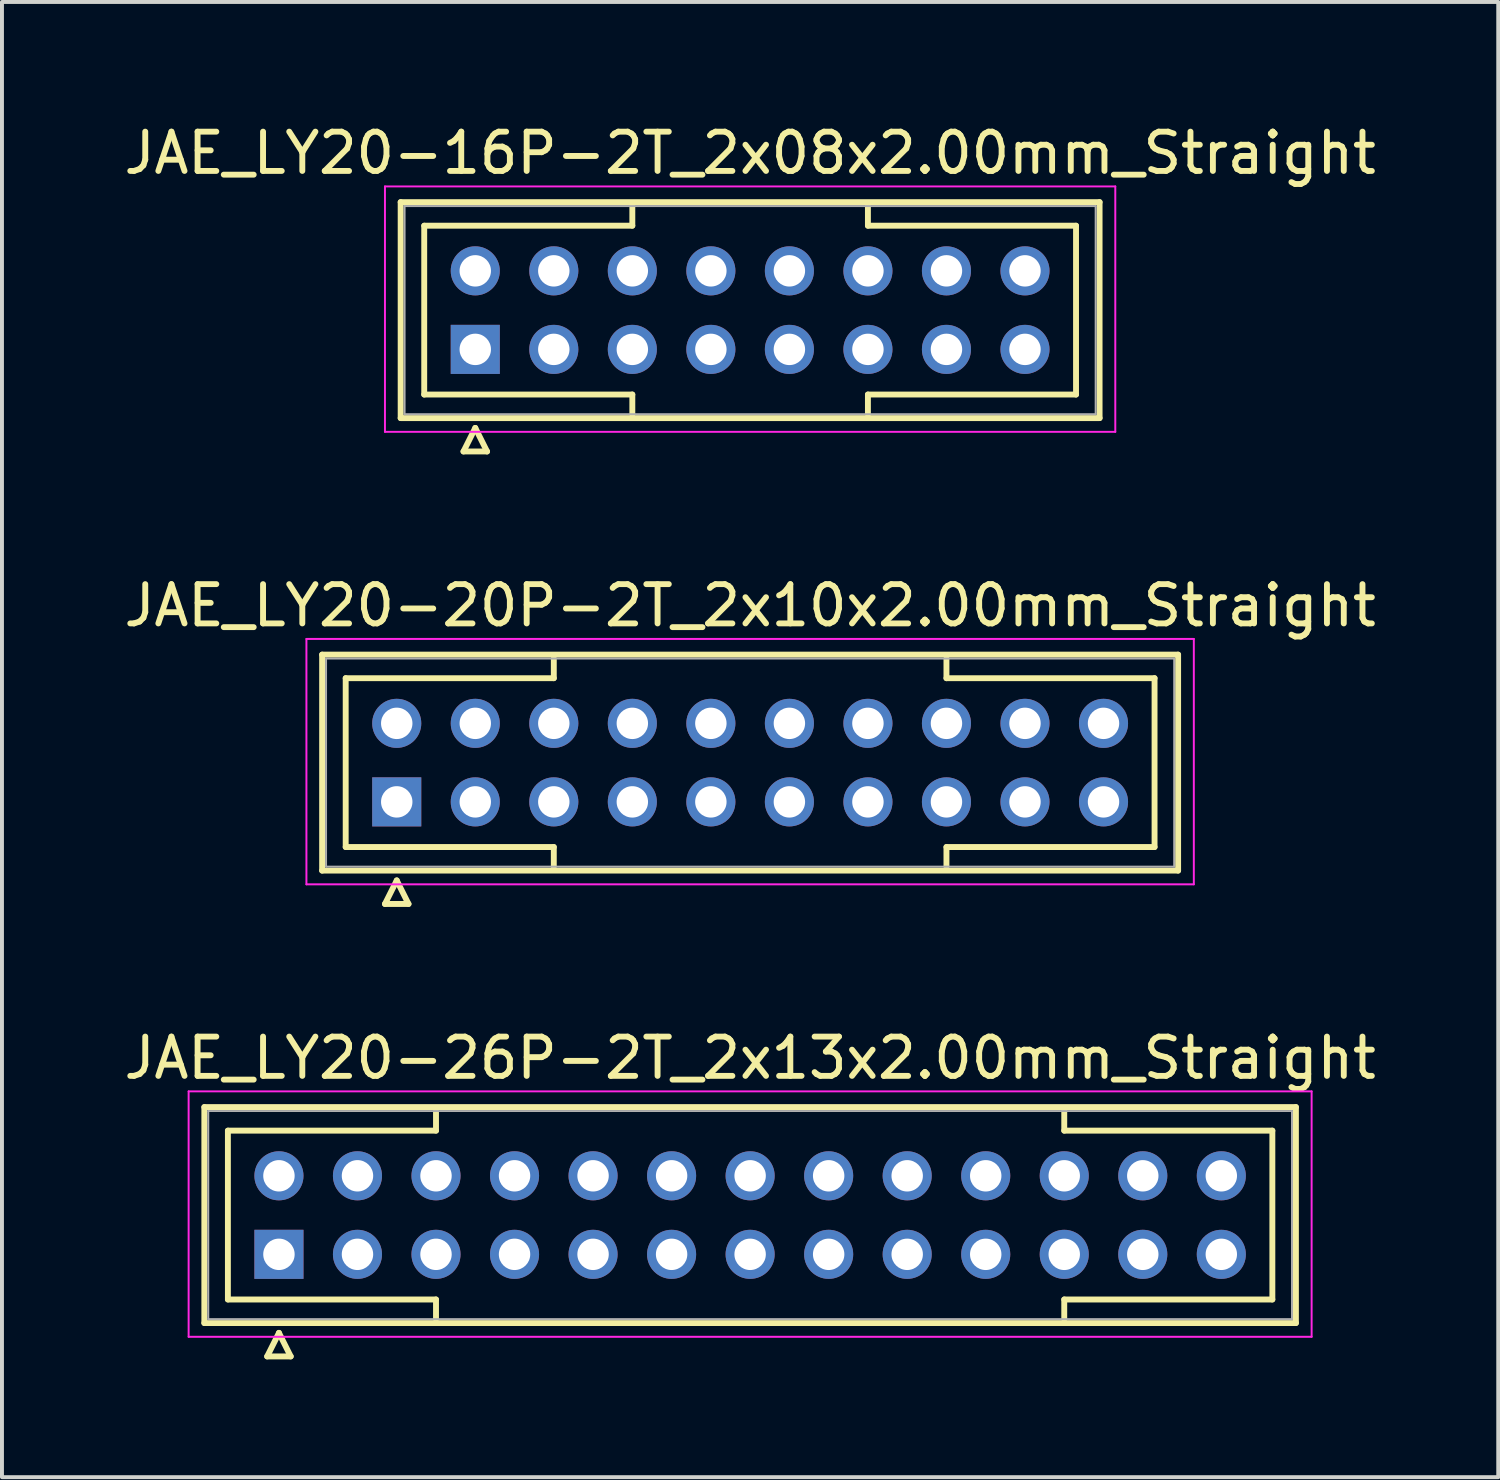
<source format=kicad_pcb>
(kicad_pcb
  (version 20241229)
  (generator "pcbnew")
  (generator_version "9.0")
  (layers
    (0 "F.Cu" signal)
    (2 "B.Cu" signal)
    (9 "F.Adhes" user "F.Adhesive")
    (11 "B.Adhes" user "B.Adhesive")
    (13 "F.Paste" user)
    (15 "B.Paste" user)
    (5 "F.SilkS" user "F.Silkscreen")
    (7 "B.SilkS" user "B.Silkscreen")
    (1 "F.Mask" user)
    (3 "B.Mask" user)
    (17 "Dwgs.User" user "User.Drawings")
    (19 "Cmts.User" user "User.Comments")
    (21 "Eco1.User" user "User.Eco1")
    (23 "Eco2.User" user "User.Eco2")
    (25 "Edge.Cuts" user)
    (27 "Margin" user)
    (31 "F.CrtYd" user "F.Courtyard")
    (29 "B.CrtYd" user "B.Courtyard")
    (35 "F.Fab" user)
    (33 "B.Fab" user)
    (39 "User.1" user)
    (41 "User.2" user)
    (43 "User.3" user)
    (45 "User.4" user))
  (footprint "JAE_LY20-20P-2T_2x10x2.00mm_Straight"
    (layer "F.Cu")
    (at 7.054 17.372)
    (property "Reference" "JAE_LY20-20P-2T_2x10x2.00mm_Straight" (at 9 -5 0) (layer "F.SilkS") (effects (font (size 1 1) (thickness 0.15))))
    (attr through_hole)
    (fp_line (start -1.9 -3.75) (end -1.9 1.75) (stroke (width 0.15) (type solid)) (layer "F.SilkS"))
    (fp_line (start -1.9 1.75) (end 19.9 1.75) (stroke (width 0.15) (type solid)) (layer "F.SilkS"))
    (fp_line (start -1.3 -3.15) (end 4 -3.15) (stroke (width 0.15) (type solid)) (layer "F.SilkS"))
    (fp_line (start -1.3 1.15) (end -1.3 -3.15) (stroke (width 0.15) (type solid)) (layer "F.SilkS"))
    (fp_line (start -0.3 2.6) (end 0.3 2.6) (stroke (width 0.15) (type solid)) (layer "F.SilkS"))
    (fp_line (start 0 2) (end -0.3 2.6) (stroke (width 0.15) (type solid)) (layer "F.SilkS"))
    (fp_line (start 0.3 2.6) (end 0 2) (stroke (width 0.15) (type solid)) (layer "F.SilkS"))
    (fp_line (start 4 -3.15) (end 4 -3.65) (stroke (width 0.15) (type solid)) (layer "F.SilkS"))
    (fp_line (start 4 1.15) (end -1.3 1.15) (stroke (width 0.15) (type solid)) (layer "F.SilkS"))
    (fp_line (start 4 1.65) (end 4 1.15) (stroke (width 0.15) (type solid)) (layer "F.SilkS"))
    (fp_line (start 14 -3.15) (end 14 -3.65) (stroke (width 0.15) (type solid)) (layer "F.SilkS"))
    (fp_line (start 14 1.15) (end 19.3 1.15) (stroke (width 0.15) (type solid)) (layer "F.SilkS"))
    (fp_line (start 14 1.65) (end 14 1.15) (stroke (width 0.15) (type solid)) (layer "F.SilkS"))
    (fp_line (start 19.3 -3.15) (end 14 -3.15) (stroke (width 0.15) (type solid)) (layer "F.SilkS"))
    (fp_line (start 19.3 1.15) (end 19.3 -3.15) (stroke (width 0.15) (type solid)) (layer "F.SilkS"))
    (fp_line (start 19.9 -3.75) (end -1.9 -3.75) (stroke (width 0.15) (type solid)) (layer "F.SilkS"))
    (fp_line (start 19.9 1.75) (end 19.9 -3.75) (stroke (width 0.15) (type solid)) (layer "F.SilkS"))
    (fp_line (start -2.3 -4.15) (end -2.3 2.1) (stroke (width 0.05) (type solid)) (layer "F.CrtYd"))
    (fp_line (start -2.3 2.1) (end 20.3 2.1) (stroke (width 0.05) (type solid)) (layer "F.CrtYd"))
    (fp_line (start 20.3 -4.15) (end -2.3 -4.15) (stroke (width 0.05) (type solid)) (layer "F.CrtYd"))
    (fp_line (start 20.3 2.1) (end 20.3 -4.15) (stroke (width 0.05) (type solid)) (layer "F.CrtYd"))
    (fp_line (start -1.8 -3.65) (end -1.8 1.65) (stroke (width 0.05) (type solid)) (layer "F.Fab"))
    (fp_line (start -1.8 1.65) (end 19.8 1.65) (stroke (width 0.05) (type solid)) (layer "F.Fab"))
    (fp_line (start 19.8 -3.65) (end -1.8 -3.65) (stroke (width 0.05) (type solid)) (layer "F.Fab"))
    (fp_line (start 19.8 1.65) (end 19.8 -3.65) (stroke (width 0.05) (type solid)) (layer "F.Fab"))
    (pad "1" thru_hole rect (at 0 0) (size 1.25 1.25) (drill 0.8) (layers "*.Cu" "*.Mask"))
    (pad "2" thru_hole circle (at 2 0) (size 1.25 1.25) (drill 0.8) (layers "*.Cu" "*.Mask"))
    (pad "3" thru_hole circle (at 4 0) (size 1.25 1.25) (drill 0.8) (layers "*.Cu" "*.Mask"))
    (pad "4" thru_hole circle (at 6 0) (size 1.25 1.25) (drill 0.8) (layers "*.Cu" "*.Mask"))
    (pad "5" thru_hole circle (at 8 0) (size 1.25 1.25) (drill 0.8) (layers "*.Cu" "*.Mask"))
    (pad "6" thru_hole circle (at 10 0) (size 1.25 1.25) (drill 0.8) (layers "*.Cu" "*.Mask"))
    (pad "7" thru_hole circle (at 12 0) (size 1.25 1.25) (drill 0.8) (layers "*.Cu" "*.Mask"))
    (pad "8" thru_hole circle (at 14 0) (size 1.25 1.25) (drill 0.8) (layers "*.Cu" "*.Mask"))
    (pad "9" thru_hole circle (at 16 0) (size 1.25 1.25) (drill 0.8) (layers "*.Cu" "*.Mask"))
    (pad "10" thru_hole circle (at 18 0) (size 1.25 1.25) (drill 0.8) (layers "*.Cu" "*.Mask"))
    (pad "11" thru_hole circle (at 0 -2) (size 1.25 1.25) (drill 0.8) (layers "*.Cu" "*.Mask"))
    (pad "12" thru_hole circle (at 2 -2) (size 1.25 1.25) (drill 0.8) (layers "*.Cu" "*.Mask"))
    (pad "13" thru_hole circle (at 4 -2) (size 1.25 1.25) (drill 0.8) (layers "*.Cu" "*.Mask"))
    (pad "14" thru_hole circle (at 6 -2) (size 1.25 1.25) (drill 0.8) (layers "*.Cu" "*.Mask"))
    (pad "15" thru_hole circle (at 8 -2) (size 1.25 1.25) (drill 0.8) (layers "*.Cu" "*.Mask"))
    (pad "16" thru_hole circle (at 10 -2) (size 1.25 1.25) (drill 0.8) (layers "*.Cu" "*.Mask"))
    (pad "17" thru_hole circle (at 12 -2) (size 1.25 1.25) (drill 0.8) (layers "*.Cu" "*.Mask"))
    (pad "18" thru_hole circle (at 14 -2) (size 1.25 1.25) (drill 0.8) (layers "*.Cu" "*.Mask"))
    (pad "19" thru_hole circle (at 16 -2) (size 1.25 1.25) (drill 0.8) (layers "*.Cu" "*.Mask"))
    (pad "20" thru_hole circle (at 18 -2) (size 1.25 1.25) (drill 0.8) (layers "*.Cu" "*.Mask")))
  (footprint "JAE_LY20-16P-2T_2x08x2.00mm_Straight"
    (layer "F.Cu")
    (at 9.054 5.848)
    (property "Reference" "JAE_LY20-16P-2T_2x08x2.00mm_Straight" (at 7 -5 0) (layer "F.SilkS") (effects (font (size 1 1) (thickness 0.15))))
    (attr through_hole)
    (fp_line (start -1.9 -3.75) (end -1.9 1.75) (stroke (width 0.15) (type solid)) (layer "F.SilkS"))
    (fp_line (start -1.9 1.75) (end 15.9 1.75) (stroke (width 0.15) (type solid)) (layer "F.SilkS"))
    (fp_line (start -1.3 -3.15) (end 4 -3.15) (stroke (width 0.15) (type solid)) (layer "F.SilkS"))
    (fp_line (start -1.3 1.15) (end -1.3 -3.15) (stroke (width 0.15) (type solid)) (layer "F.SilkS"))
    (fp_line (start -0.3 2.6) (end 0.3 2.6) (stroke (width 0.15) (type solid)) (layer "F.SilkS"))
    (fp_line (start 0 2) (end -0.3 2.6) (stroke (width 0.15) (type solid)) (layer "F.SilkS"))
    (fp_line (start 0.3 2.6) (end 0 2) (stroke (width 0.15) (type solid)) (layer "F.SilkS"))
    (fp_line (start 4 -3.15) (end 4 -3.65) (stroke (width 0.15) (type solid)) (layer "F.SilkS"))
    (fp_line (start 4 1.15) (end -1.3 1.15) (stroke (width 0.15) (type solid)) (layer "F.SilkS"))
    (fp_line (start 4 1.65) (end 4 1.15) (stroke (width 0.15) (type solid)) (layer "F.SilkS"))
    (fp_line (start 10 -3.15) (end 10 -3.65) (stroke (width 0.15) (type solid)) (layer "F.SilkS"))
    (fp_line (start 10 1.15) (end 15.3 1.15) (stroke (width 0.15) (type solid)) (layer "F.SilkS"))
    (fp_line (start 10 1.65) (end 10 1.15) (stroke (width 0.15) (type solid)) (layer "F.SilkS"))
    (fp_line (start 15.3 -3.15) (end 10 -3.15) (stroke (width 0.15) (type solid)) (layer "F.SilkS"))
    (fp_line (start 15.3 1.15) (end 15.3 -3.15) (stroke (width 0.15) (type solid)) (layer "F.SilkS"))
    (fp_line (start 15.9 -3.75) (end -1.9 -3.75) (stroke (width 0.15) (type solid)) (layer "F.SilkS"))
    (fp_line (start 15.9 1.75) (end 15.9 -3.75) (stroke (width 0.15) (type solid)) (layer "F.SilkS"))
    (fp_line (start -2.3 -4.15) (end -2.3 2.1) (stroke (width 0.05) (type solid)) (layer "F.CrtYd"))
    (fp_line (start -2.3 2.1) (end 16.3 2.1) (stroke (width 0.05) (type solid)) (layer "F.CrtYd"))
    (fp_line (start 16.3 -4.15) (end -2.3 -4.15) (stroke (width 0.05) (type solid)) (layer "F.CrtYd"))
    (fp_line (start 16.3 2.1) (end 16.3 -4.15) (stroke (width 0.05) (type solid)) (layer "F.CrtYd"))
    (fp_line (start -1.8 -3.65) (end -1.8 1.65) (stroke (width 0.05) (type solid)) (layer "F.Fab"))
    (fp_line (start -1.8 1.65) (end 15.8 1.65) (stroke (width 0.05) (type solid)) (layer "F.Fab"))
    (fp_line (start 15.8 -3.65) (end -1.8 -3.65) (stroke (width 0.05) (type solid)) (layer "F.Fab"))
    (fp_line (start 15.8 1.65) (end 15.8 -3.65) (stroke (width 0.05) (type solid)) (layer "F.Fab"))
    (pad "1" thru_hole rect (at 0 0) (size 1.25 1.25) (drill 0.8) (layers "*.Cu" "*.Mask"))
    (pad "2" thru_hole circle (at 2 0) (size 1.25 1.25) (drill 0.8) (layers "*.Cu" "*.Mask"))
    (pad "3" thru_hole circle (at 4 0) (size 1.25 1.25) (drill 0.8) (layers "*.Cu" "*.Mask"))
    (pad "4" thru_hole circle (at 6 0) (size 1.25 1.25) (drill 0.8) (layers "*.Cu" "*.Mask"))
    (pad "5" thru_hole circle (at 8 0) (size 1.25 1.25) (drill 0.8) (layers "*.Cu" "*.Mask"))
    (pad "6" thru_hole circle (at 10 0) (size 1.25 1.25) (drill 0.8) (layers "*.Cu" "*.Mask"))
    (pad "7" thru_hole circle (at 12 0) (size 1.25 1.25) (drill 0.8) (layers "*.Cu" "*.Mask"))
    (pad "8" thru_hole circle (at 14 0) (size 1.25 1.25) (drill 0.8) (layers "*.Cu" "*.Mask"))
    (pad "9" thru_hole circle (at 0 -2) (size 1.25 1.25) (drill 0.8) (layers "*.Cu" "*.Mask"))
    (pad "10" thru_hole circle (at 2 -2) (size 1.25 1.25) (drill 0.8) (layers "*.Cu" "*.Mask"))
    (pad "11" thru_hole circle (at 4 -2) (size 1.25 1.25) (drill 0.8) (layers "*.Cu" "*.Mask"))
    (pad "12" thru_hole circle (at 6 -2) (size 1.25 1.25) (drill 0.8) (layers "*.Cu" "*.Mask"))
    (pad "13" thru_hole circle (at 8 -2) (size 1.25 1.25) (drill 0.8) (layers "*.Cu" "*.Mask"))
    (pad "14" thru_hole circle (at 10 -2) (size 1.25 1.25) (drill 0.8) (layers "*.Cu" "*.Mask"))
    (pad "15" thru_hole circle (at 12 -2) (size 1.25 1.25) (drill 0.8) (layers "*.Cu" "*.Mask"))
    (pad "16" thru_hole circle (at 14 -2) (size 1.25 1.25) (drill 0.8) (layers "*.Cu" "*.Mask")))
  (footprint "JAE_LY20-26P-2T_2x13x2.00mm_Straight"
    (layer "F.Cu")
    (at 4.054 28.895)
    (property "Reference" "JAE_LY20-26P-2T_2x13x2.00mm_Straight" (at 12 -5 0) (layer "F.SilkS") (effects (font (size 1 1) (thickness 0.15))))
    (attr through_hole)
    (fp_line (start -1.9 -3.75) (end -1.9 1.75) (stroke (width 0.15) (type solid)) (layer "F.SilkS"))
    (fp_line (start -1.9 1.75) (end 25.9 1.75) (stroke (width 0.15) (type solid)) (layer "F.SilkS"))
    (fp_line (start -1.3 -3.15) (end 4 -3.15) (stroke (width 0.15) (type solid)) (layer "F.SilkS"))
    (fp_line (start -1.3 1.15) (end -1.3 -3.15) (stroke (width 0.15) (type solid)) (layer "F.SilkS"))
    (fp_line (start -0.3 2.6) (end 0.3 2.6) (stroke (width 0.15) (type solid)) (layer "F.SilkS"))
    (fp_line (start 0 2) (end -0.3 2.6) (stroke (width 0.15) (type solid)) (layer "F.SilkS"))
    (fp_line (start 0.3 2.6) (end 0 2) (stroke (width 0.15) (type solid)) (layer "F.SilkS"))
    (fp_line (start 4 -3.15) (end 4 -3.65) (stroke (width 0.15) (type solid)) (layer "F.SilkS"))
    (fp_line (start 4 1.15) (end -1.3 1.15) (stroke (width 0.15) (type solid)) (layer "F.SilkS"))
    (fp_line (start 4 1.65) (end 4 1.15) (stroke (width 0.15) (type solid)) (layer "F.SilkS"))
    (fp_line (start 20 -3.15) (end 20 -3.65) (stroke (width 0.15) (type solid)) (layer "F.SilkS"))
    (fp_line (start 20 1.15) (end 25.3 1.15) (stroke (width 0.15) (type solid)) (layer "F.SilkS"))
    (fp_line (start 20 1.65) (end 20 1.15) (stroke (width 0.15) (type solid)) (layer "F.SilkS"))
    (fp_line (start 25.3 -3.15) (end 20 -3.15) (stroke (width 0.15) (type solid)) (layer "F.SilkS"))
    (fp_line (start 25.3 1.15) (end 25.3 -3.15) (stroke (width 0.15) (type solid)) (layer "F.SilkS"))
    (fp_line (start 25.9 -3.75) (end -1.9 -3.75) (stroke (width 0.15) (type solid)) (layer "F.SilkS"))
    (fp_line (start 25.9 1.75) (end 25.9 -3.75) (stroke (width 0.15) (type solid)) (layer "F.SilkS"))
    (fp_line (start -2.3 -4.15) (end -2.3 2.1) (stroke (width 0.05) (type solid)) (layer "F.CrtYd"))
    (fp_line (start -2.3 2.1) (end 26.3 2.1) (stroke (width 0.05) (type solid)) (layer "F.CrtYd"))
    (fp_line (start 26.3 -4.15) (end -2.3 -4.15) (stroke (width 0.05) (type solid)) (layer "F.CrtYd"))
    (fp_line (start 26.3 2.1) (end 26.3 -4.15) (stroke (width 0.05) (type solid)) (layer "F.CrtYd"))
    (fp_line (start -1.8 -3.65) (end -1.8 1.65) (stroke (width 0.05) (type solid)) (layer "F.Fab"))
    (fp_line (start -1.8 1.65) (end 25.8 1.65) (stroke (width 0.05) (type solid)) (layer "F.Fab"))
    (fp_line (start 25.8 -3.65) (end -1.8 -3.65) (stroke (width 0.05) (type solid)) (layer "F.Fab"))
    (fp_line (start 25.8 1.65) (end 25.8 -3.65) (stroke (width 0.05) (type solid)) (layer "F.Fab"))
    (pad "1" thru_hole rect (at 0 0) (size 1.25 1.25) (drill 0.8) (layers "*.Cu" "*.Mask"))
    (pad "2" thru_hole circle (at 2 0) (size 1.25 1.25) (drill 0.8) (layers "*.Cu" "*.Mask"))
    (pad "3" thru_hole circle (at 4 0) (size 1.25 1.25) (drill 0.8) (layers "*.Cu" "*.Mask"))
    (pad "4" thru_hole circle (at 6 0) (size 1.25 1.25) (drill 0.8) (layers "*.Cu" "*.Mask"))
    (pad "5" thru_hole circle (at 8 0) (size 1.25 1.25) (drill 0.8) (layers "*.Cu" "*.Mask"))
    (pad "6" thru_hole circle (at 10 0) (size 1.25 1.25) (drill 0.8) (layers "*.Cu" "*.Mask"))
    (pad "7" thru_hole circle (at 12 0) (size 1.25 1.25) (drill 0.8) (layers "*.Cu" "*.Mask"))
    (pad "8" thru_hole circle (at 14 0) (size 1.25 1.25) (drill 0.8) (layers "*.Cu" "*.Mask"))
    (pad "9" thru_hole circle (at 16 0) (size 1.25 1.25) (drill 0.8) (layers "*.Cu" "*.Mask"))
    (pad "10" thru_hole circle (at 18 0) (size 1.25 1.25) (drill 0.8) (layers "*.Cu" "*.Mask"))
    (pad "11" thru_hole circle (at 20 0) (size 1.25 1.25) (drill 0.8) (layers "*.Cu" "*.Mask"))
    (pad "12" thru_hole circle (at 22 0) (size 1.25 1.25) (drill 0.8) (layers "*.Cu" "*.Mask"))
    (pad "13" thru_hole circle (at 24 0) (size 1.25 1.25) (drill 0.8) (layers "*.Cu" "*.Mask"))
    (pad "14" thru_hole circle (at 0 -2) (size 1.25 1.25) (drill 0.8) (layers "*.Cu" "*.Mask"))
    (pad "15" thru_hole circle (at 2 -2) (size 1.25 1.25) (drill 0.8) (layers "*.Cu" "*.Mask"))
    (pad "16" thru_hole circle (at 4 -2) (size 1.25 1.25) (drill 0.8) (layers "*.Cu" "*.Mask"))
    (pad "17" thru_hole circle (at 6 -2) (size 1.25 1.25) (drill 0.8) (layers "*.Cu" "*.Mask"))
    (pad "18" thru_hole circle (at 8 -2) (size 1.25 1.25) (drill 0.8) (layers "*.Cu" "*.Mask"))
    (pad "19" thru_hole circle (at 10 -2) (size 1.25 1.25) (drill 0.8) (layers "*.Cu" "*.Mask"))
    (pad "20" thru_hole circle (at 12 -2) (size 1.25 1.25) (drill 0.8) (layers "*.Cu" "*.Mask"))
    (pad "21" thru_hole circle (at 14 -2) (size 1.25 1.25) (drill 0.8) (layers "*.Cu" "*.Mask"))
    (pad "22" thru_hole circle (at 16 -2) (size 1.25 1.25) (drill 0.8) (layers "*.Cu" "*.Mask"))
    (pad "23" thru_hole circle (at 18 -2) (size 1.25 1.25) (drill 0.8) (layers "*.Cu" "*.Mask"))
    (pad "24" thru_hole circle (at 20 -2) (size 1.25 1.25) (drill 0.8) (layers "*.Cu" "*.Mask"))
    (pad "25" thru_hole circle (at 22 -2) (size 1.25 1.25) (drill 0.8) (layers "*.Cu" "*.Mask"))
    (pad "26" thru_hole circle (at 24 -2) (size 1.25 1.25) (drill 0.8) (layers "*.Cu" "*.Mask")))
  (gr_rect
    (start -3 -3)
    (end 35.107 34.57)
    (stroke (width 0.1) (type default))
    (fill no)
    (layer "Edge.Cuts")))
</source>
